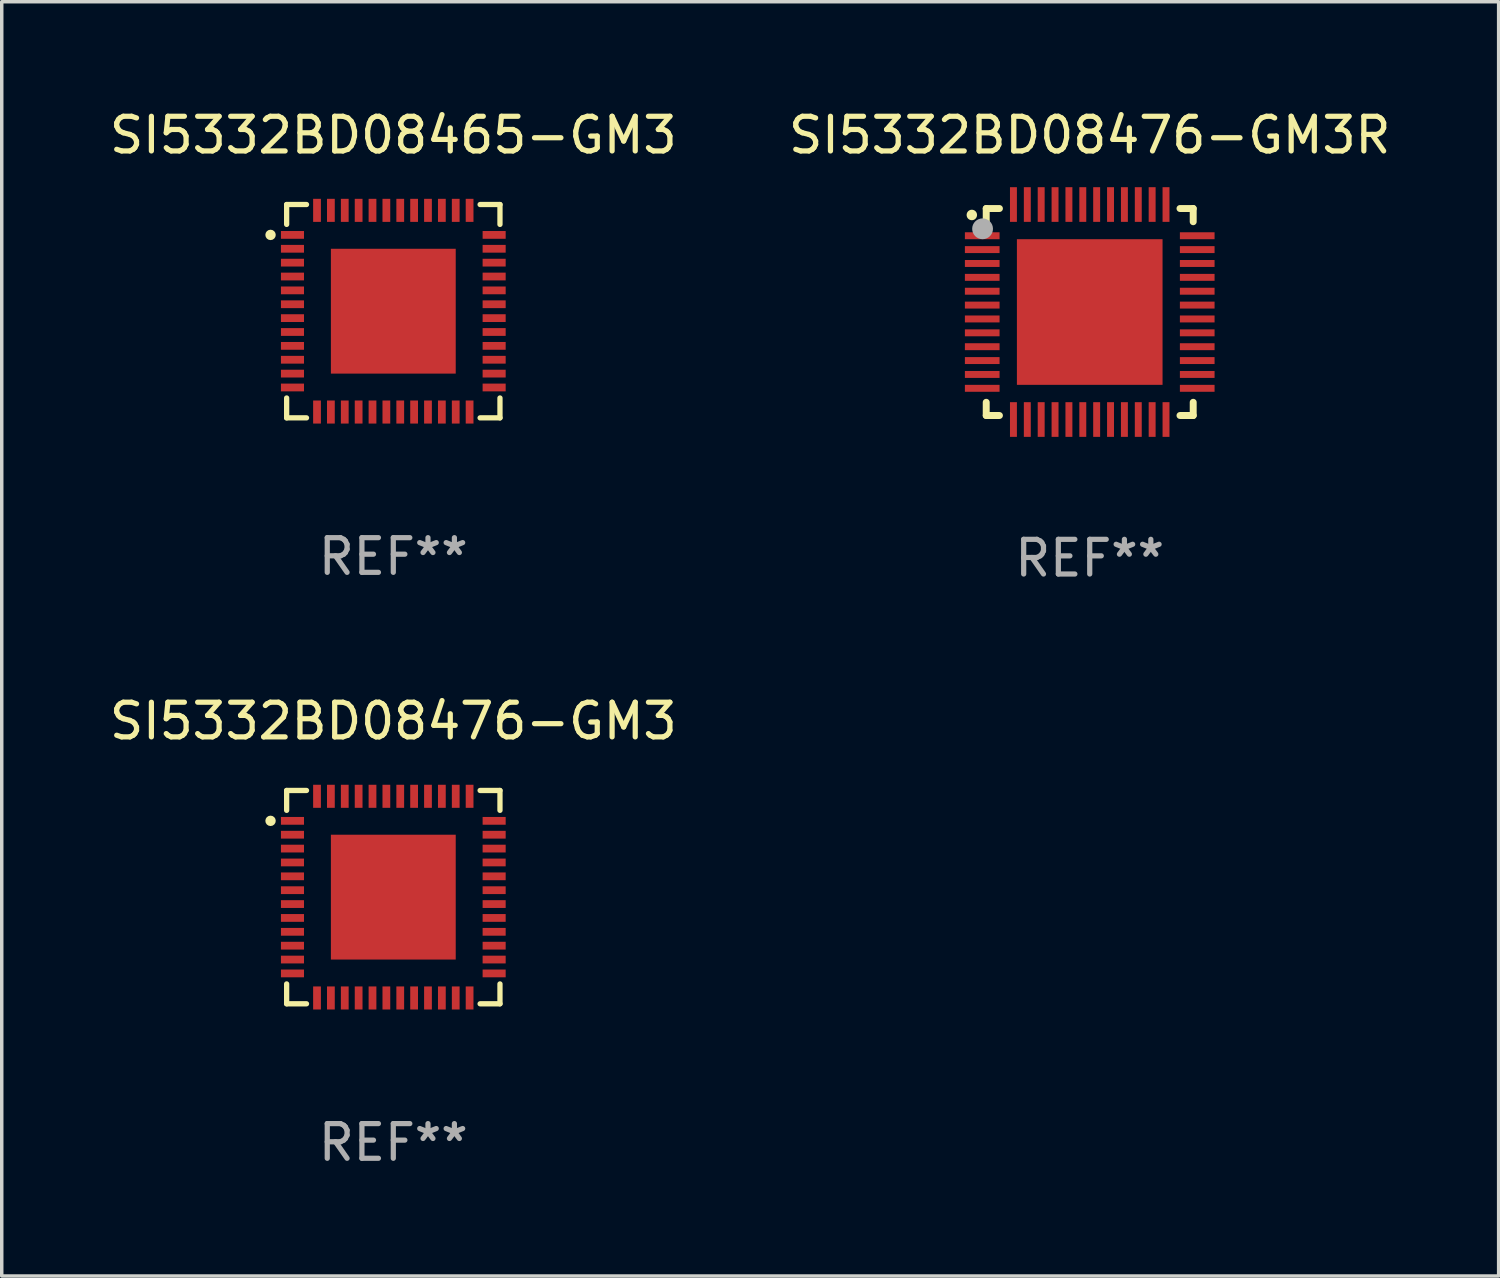
<source format=kicad_pcb>
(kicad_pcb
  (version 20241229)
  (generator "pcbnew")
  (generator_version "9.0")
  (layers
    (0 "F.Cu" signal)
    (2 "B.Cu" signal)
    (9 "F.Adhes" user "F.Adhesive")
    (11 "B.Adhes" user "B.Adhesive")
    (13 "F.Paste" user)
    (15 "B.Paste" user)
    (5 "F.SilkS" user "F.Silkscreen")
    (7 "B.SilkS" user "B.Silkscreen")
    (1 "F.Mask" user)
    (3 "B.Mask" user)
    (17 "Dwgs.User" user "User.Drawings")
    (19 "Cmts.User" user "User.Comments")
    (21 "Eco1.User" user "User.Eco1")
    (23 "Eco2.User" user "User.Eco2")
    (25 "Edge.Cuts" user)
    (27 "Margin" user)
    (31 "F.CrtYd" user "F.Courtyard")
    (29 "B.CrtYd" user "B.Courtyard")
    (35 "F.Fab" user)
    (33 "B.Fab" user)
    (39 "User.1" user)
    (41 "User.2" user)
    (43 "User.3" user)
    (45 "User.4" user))
  (footprint "SI5332BD08465-GM3"
    (layer "F.Cu")
    (at 8.292 5.924)
    (property "Reference" "SI5332BD08465-GM3" (at 0 -5.076 0) (layer "F.SilkS") (effects (font (size 1 1) (thickness 0.15))))
    (attr through_hole)
    (fp_line (start -3.076 -3.076) (end -3.076 -2.503) (stroke (width 0.152) (type solid)) (layer "F.SilkS"))
    (fp_line (start -3.076 3.076) (end -3.076 2.503) (stroke (width 0.152) (type solid)) (layer "F.SilkS"))
    (fp_line (start -2.503 -3.076) (end -3.076 -3.076) (stroke (width 0.152) (type solid)) (layer "F.SilkS"))
    (fp_line (start -2.503 3.076) (end -3.076 3.076) (stroke (width 0.152) (type solid)) (layer "F.SilkS"))
    (fp_line (start 2.503 -3.076) (end 3.076 -3.076) (stroke (width 0.152) (type solid)) (layer "F.SilkS"))
    (fp_line (start 2.503 3.076) (end 3.076 3.076) (stroke (width 0.152) (type solid)) (layer "F.SilkS"))
    (fp_line (start 3.076 -3.076) (end 3.076 -2.503) (stroke (width 0.152) (type solid)) (layer "F.SilkS"))
    (fp_line (start 3.076 3.076) (end 3.076 2.503) (stroke (width 0.152) (type solid)) (layer "F.SilkS"))
    (fp_circle (center -3.54 -2.2) (end -3.465 -2.2) (stroke (width 0.15) (type solid)) (fill no) (layer "F.SilkS"))
    (fp_text user "REF**" (at 0 7.076 0) (layer "F.Fab") (effects (font (size 1 1) (thickness 0.15))))
    (pad "1" smd rect (at -2.908 -2.2) (size 0.665 0.224) (layers "F.Cu" "F.Mask" "F.Paste"))
    (pad "2" smd rect (at -2.908 -1.8) (size 0.665 0.224) (layers "F.Cu" "F.Mask" "F.Paste"))
    (pad "3" smd rect (at -2.908 -1.4) (size 0.665 0.224) (layers "F.Cu" "F.Mask" "F.Paste"))
    (pad "4" smd rect (at -2.908 -1) (size 0.665 0.224) (layers "F.Cu" "F.Mask" "F.Paste"))
    (pad "5" smd rect (at -2.908 -0.6) (size 0.665 0.224) (layers "F.Cu" "F.Mask" "F.Paste"))
    (pad "6" smd rect (at -2.908 -0.2) (size 0.665 0.224) (layers "F.Cu" "F.Mask" "F.Paste"))
    (pad "7" smd rect (at -2.908 0.2) (size 0.665 0.224) (layers "F.Cu" "F.Mask" "F.Paste"))
    (pad "8" smd rect (at -2.908 0.6) (size 0.665 0.224) (layers "F.Cu" "F.Mask" "F.Paste"))
    (pad "9" smd rect (at -2.908 1) (size 0.665 0.224) (layers "F.Cu" "F.Mask" "F.Paste"))
    (pad "10" smd rect (at -2.908 1.4) (size 0.665 0.224) (layers "F.Cu" "F.Mask" "F.Paste"))
    (pad "11" smd rect (at -2.908 1.8) (size 0.665 0.224) (layers "F.Cu" "F.Mask" "F.Paste"))
    (pad "12" smd rect (at -2.908 2.2) (size 0.665 0.224) (layers "F.Cu" "F.Mask" "F.Paste"))
    (pad "13" smd rect (at -2.2 2.908) (size 0.224 0.665) (layers "F.Cu" "F.Mask" "F.Paste"))
    (pad "14" smd rect (at -1.8 2.908) (size 0.224 0.665) (layers "F.Cu" "F.Mask" "F.Paste"))
    (pad "15" smd rect (at -1.4 2.908) (size 0.224 0.665) (layers "F.Cu" "F.Mask" "F.Paste"))
    (pad "16" smd rect (at -1 2.908) (size 0.224 0.665) (layers "F.Cu" "F.Mask" "F.Paste"))
    (pad "17" smd rect (at -0.6 2.908) (size 0.224 0.665) (layers "F.Cu" "F.Mask" "F.Paste"))
    (pad "18" smd rect (at -0.2 2.908) (size 0.224 0.665) (layers "F.Cu" "F.Mask" "F.Paste"))
    (pad "19" smd rect (at 0.2 2.908) (size 0.224 0.665) (layers "F.Cu" "F.Mask" "F.Paste"))
    (pad "20" smd rect (at 0.6 2.908) (size 0.224 0.665) (layers "F.Cu" "F.Mask" "F.Paste"))
    (pad "21" smd rect (at 1 2.908) (size 0.224 0.665) (layers "F.Cu" "F.Mask" "F.Paste"))
    (pad "22" smd rect (at 1.4 2.908) (size 0.224 0.665) (layers "F.Cu" "F.Mask" "F.Paste"))
    (pad "23" smd rect (at 1.8 2.908) (size 0.224 0.665) (layers "F.Cu" "F.Mask" "F.Paste"))
    (pad "24" smd rect (at 2.2 2.908) (size 0.224 0.665) (layers "F.Cu" "F.Mask" "F.Paste"))
    (pad "25" smd rect (at 2.908 2.2) (size 0.665 0.224) (layers "F.Cu" "F.Mask" "F.Paste"))
    (pad "26" smd rect (at 2.908 1.8) (size 0.665 0.224) (layers "F.Cu" "F.Mask" "F.Paste"))
    (pad "27" smd rect (at 2.908 1.4) (size 0.665 0.224) (layers "F.Cu" "F.Mask" "F.Paste"))
    (pad "28" smd rect (at 2.908 1) (size 0.665 0.224) (layers "F.Cu" "F.Mask" "F.Paste"))
    (pad "29" smd rect (at 2.908 0.6) (size 0.665 0.224) (layers "F.Cu" "F.Mask" "F.Paste"))
    (pad "30" smd rect (at 2.908 0.2) (size 0.665 0.224) (layers "F.Cu" "F.Mask" "F.Paste"))
    (pad "31" smd rect (at 2.908 -0.2) (size 0.665 0.224) (layers "F.Cu" "F.Mask" "F.Paste"))
    (pad "32" smd rect (at 2.908 -0.6) (size 0.665 0.224) (layers "F.Cu" "F.Mask" "F.Paste"))
    (pad "33" smd rect (at 2.908 -1) (size 0.665 0.224) (layers "F.Cu" "F.Mask" "F.Paste"))
    (pad "34" smd rect (at 2.908 -1.4) (size 0.665 0.224) (layers "F.Cu" "F.Mask" "F.Paste"))
    (pad "35" smd rect (at 2.908 -1.8) (size 0.665 0.224) (layers "F.Cu" "F.Mask" "F.Paste"))
    (pad "36" smd rect (at 2.908 -2.2) (size 0.665 0.224) (layers "F.Cu" "F.Mask" "F.Paste"))
    (pad "37" smd rect (at 2.2 -2.908) (size 0.224 0.665) (layers "F.Cu" "F.Mask" "F.Paste"))
    (pad "38" smd rect (at 1.8 -2.908) (size 0.224 0.665) (layers "F.Cu" "F.Mask" "F.Paste"))
    (pad "39" smd rect (at 1.4 -2.908) (size 0.224 0.665) (layers "F.Cu" "F.Mask" "F.Paste"))
    (pad "40" smd rect (at 1 -2.908) (size 0.224 0.665) (layers "F.Cu" "F.Mask" "F.Paste"))
    (pad "41" smd rect (at 0.6 -2.908) (size 0.224 0.665) (layers "F.Cu" "F.Mask" "F.Paste"))
    (pad "42" smd rect (at 0.2 -2.908) (size 0.224 0.665) (layers "F.Cu" "F.Mask" "F.Paste"))
    (pad "43" smd rect (at -0.2 -2.908) (size 0.224 0.665) (layers "F.Cu" "F.Mask" "F.Paste"))
    (pad "44" smd rect (at -0.6 -2.908) (size 0.224 0.665) (layers "F.Cu" "F.Mask" "F.Paste"))
    (pad "45" smd rect (at -1 -2.908) (size 0.224 0.665) (layers "F.Cu" "F.Mask" "F.Paste"))
    (pad "46" smd rect (at -1.4 -2.908) (size 0.224 0.665) (layers "F.Cu" "F.Mask" "F.Paste"))
    (pad "47" smd rect (at -1.8 -2.908) (size 0.224 0.665) (layers "F.Cu" "F.Mask" "F.Paste"))
    (pad "48" smd rect (at -2.2 -2.908) (size 0.224 0.665) (layers "F.Cu" "F.Mask" "F.Paste"))
    (pad "49" smd rect (at 0 0) (size 3.6 3.6) (layers "F.Cu" "F.Mask" "F.Paste")))
  (footprint "SI5332BD08476-GM3R"
    (layer "F.Cu")
    (at 28.375 5.948)
    (property "Reference" "SI5332BD08476-GM3R" (at 0 -5.1 0) (layer "F.SilkS") (effects (font (size 1 1) (thickness 0.15))))
    (attr through_hole)
    (fp_line (start -2.985 -2.985) (end -2.604 -2.985) (stroke (width 0.2) (type solid)) (layer "F.SilkS"))
    (fp_line (start -2.985 -2.604) (end -2.985 -2.985) (stroke (width 0.2) (type solid)) (layer "F.SilkS"))
    (fp_line (start -2.985 2.984) (end -2.985 2.603) (stroke (width 0.2) (type solid)) (layer "F.SilkS"))
    (fp_line (start -2.604 2.984) (end -2.985 2.984) (stroke (width 0.2) (type solid)) (layer "F.SilkS"))
    (fp_line (start 2.603 -2.985) (end 2.984 -2.985) (stroke (width 0.2) (type solid)) (layer "F.SilkS"))
    (fp_line (start 2.984 -2.985) (end 2.984 -2.604) (stroke (width 0.2) (type solid)) (layer "F.SilkS"))
    (fp_line (start 2.984 2.603) (end 2.984 2.984) (stroke (width 0.2) (type solid)) (layer "F.SilkS"))
    (fp_line (start 2.984 2.984) (end 2.603 2.984) (stroke (width 0.2) (type solid)) (layer "F.SilkS"))
    (fp_arc (start -3.400076 -2.797562) (mid -3.400081 -2.798806) (end -3.400076 -2.800051) (stroke (width 0.3) (type solid)) (layer "F.SilkS"))
    (fp_circle (center -3 -3) (end -2.97 -3) (stroke (width 0.06) (type solid)) (fill no) (layer "F.SilkS"))
    (fp_circle (center -3.09 -2.4) (end -2.94 -2.4) (stroke (width 0.3) (type solid)) (fill no) (layer "F.Fab"))
    (fp_text user "REF**" (at 0 7.1 0) (layer "F.Fab") (effects (font (size 1 1) (thickness 0.15))))
    (pad "1" smd rect (at -3.1 -2.2) (size 1 0.2) (layers "F.Cu" "F.Mask" "F.Paste"))
    (pad "2" smd rect (at -3.1 -1.8) (size 1 0.2) (layers "F.Cu" "F.Mask" "F.Paste"))
    (pad "3" smd rect (at -3.1 -1.4) (size 1 0.2) (layers "F.Cu" "F.Mask" "F.Paste"))
    (pad "4" smd rect (at -3.1 -1) (size 1 0.2) (layers "F.Cu" "F.Mask" "F.Paste"))
    (pad "5" smd rect (at -3.1 -0.6) (size 1 0.2) (layers "F.Cu" "F.Mask" "F.Paste"))
    (pad "6" smd rect (at -3.1 -0.2) (size 1 0.2) (layers "F.Cu" "F.Mask" "F.Paste"))
    (pad "7" smd rect (at -3.1 0.2) (size 1 0.2) (layers "F.Cu" "F.Mask" "F.Paste"))
    (pad "8" smd rect (at -3.1 0.6) (size 1 0.2) (layers "F.Cu" "F.Mask" "F.Paste"))
    (pad "9" smd rect (at -3.1 1) (size 1 0.2) (layers "F.Cu" "F.Mask" "F.Paste"))
    (pad "10" smd rect (at -3.1 1.4) (size 1 0.2) (layers "F.Cu" "F.Mask" "F.Paste"))
    (pad "11" smd rect (at -3.1 1.8) (size 1 0.2) (layers "F.Cu" "F.Mask" "F.Paste"))
    (pad "12" smd rect (at -3.1 2.2) (size 1 0.2) (layers "F.Cu" "F.Mask" "F.Paste"))
    (pad "13" smd rect (at -2.2 3.1) (size 0.2 1) (layers "F.Cu" "F.Mask" "F.Paste"))
    (pad "14" smd rect (at -1.8 3.1) (size 0.2 1) (layers "F.Cu" "F.Mask" "F.Paste"))
    (pad "15" smd rect (at -1.4 3.1) (size 0.2 1) (layers "F.Cu" "F.Mask" "F.Paste"))
    (pad "16" smd rect (at -1 3.1) (size 0.2 1) (layers "F.Cu" "F.Mask" "F.Paste"))
    (pad "17" smd rect (at -0.6 3.1) (size 0.2 1) (layers "F.Cu" "F.Mask" "F.Paste"))
    (pad "18" smd rect (at -0.2 3.1) (size 0.2 1) (layers "F.Cu" "F.Mask" "F.Paste"))
    (pad "19" smd rect (at 0.2 3.1) (size 0.2 1) (layers "F.Cu" "F.Mask" "F.Paste"))
    (pad "20" smd rect (at 0.6 3.1) (size 0.2 1) (layers "F.Cu" "F.Mask" "F.Paste"))
    (pad "21" smd rect (at 1 3.1) (size 0.2 1) (layers "F.Cu" "F.Mask" "F.Paste"))
    (pad "22" smd rect (at 1.4 3.1) (size 0.2 1) (layers "F.Cu" "F.Mask" "F.Paste"))
    (pad "23" smd rect (at 1.8 3.1) (size 0.2 1) (layers "F.Cu" "F.Mask" "F.Paste"))
    (pad "24" smd rect (at 2.2 3.1) (size 0.2 1) (layers "F.Cu" "F.Mask" "F.Paste"))
    (pad "25" smd rect (at 3.1 2.2) (size 1 0.2) (layers "F.Cu" "F.Mask" "F.Paste"))
    (pad "26" smd rect (at 3.1 1.8) (size 1 0.2) (layers "F.Cu" "F.Mask" "F.Paste"))
    (pad "27" smd rect (at 3.1 1.4) (size 1 0.2) (layers "F.Cu" "F.Mask" "F.Paste"))
    (pad "28" smd rect (at 3.1 1) (size 1 0.2) (layers "F.Cu" "F.Mask" "F.Paste"))
    (pad "29" smd rect (at 3.1 0.6) (size 1 0.2) (layers "F.Cu" "F.Mask" "F.Paste"))
    (pad "30" smd rect (at 3.1 0.2) (size 1 0.2) (layers "F.Cu" "F.Mask" "F.Paste"))
    (pad "31" smd rect (at 3.1 -0.2) (size 1 0.2) (layers "F.Cu" "F.Mask" "F.Paste"))
    (pad "32" smd rect (at 3.1 -0.6) (size 1 0.2) (layers "F.Cu" "F.Mask" "F.Paste"))
    (pad "33" smd rect (at 3.1 -1) (size 1 0.2) (layers "F.Cu" "F.Mask" "F.Paste"))
    (pad "34" smd rect (at 3.1 -1.4) (size 1 0.2) (layers "F.Cu" "F.Mask" "F.Paste"))
    (pad "35" smd rect (at 3.1 -1.8) (size 1 0.2) (layers "F.Cu" "F.Mask" "F.Paste"))
    (pad "36" smd rect (at 3.1 -2.2) (size 1 0.2) (layers "F.Cu" "F.Mask" "F.Paste"))
    (pad "37" smd rect (at 2.2 -3.1) (size 0.2 1) (layers "F.Cu" "F.Mask" "F.Paste"))
    (pad "38" smd rect (at 1.8 -3.1) (size 0.2 1) (layers "F.Cu" "F.Mask" "F.Paste"))
    (pad "39" smd rect (at 1.4 -3.1) (size 0.2 1) (layers "F.Cu" "F.Mask" "F.Paste"))
    (pad "40" smd rect (at 1 -3.1) (size 0.2 1) (layers "F.Cu" "F.Mask" "F.Paste"))
    (pad "41" smd rect (at 0.6 -3.1) (size 0.2 1) (layers "F.Cu" "F.Mask" "F.Paste"))
    (pad "42" smd rect (at 0.2 -3.1) (size 0.2 1) (layers "F.Cu" "F.Mask" "F.Paste"))
    (pad "43" smd rect (at -0.2 -3.1) (size 0.2 1) (layers "F.Cu" "F.Mask" "F.Paste"))
    (pad "44" smd rect (at -0.6 -3.1) (size 0.2 1) (layers "F.Cu" "F.Mask" "F.Paste"))
    (pad "45" smd rect (at -1 -3.1) (size 0.2 1) (layers "F.Cu" "F.Mask" "F.Paste"))
    (pad "46" smd rect (at -1.4 -3.1) (size 0.2 1) (layers "F.Cu" "F.Mask" "F.Paste"))
    (pad "47" smd rect (at -1.8 -3.1) (size 0.2 1) (layers "F.Cu" "F.Mask" "F.Paste"))
    (pad "48" smd rect (at -2.2 -3.1) (size 0.2 1) (layers "F.Cu" "F.Mask" "F.Paste"))
    (pad "49" smd rect (at -0.000127 0) (size 4.2 4.2) (layers "F.Cu" "F.Mask" "F.Paste")))
  (footprint "SI5332BD08476-GM3"
    (layer "F.Cu")
    (at 8.292 22.821)
    (property "Reference" "SI5332BD08476-GM3" (at 0 -5.076 0) (layer "F.SilkS") (effects (font (size 1 1) (thickness 0.15))))
    (attr through_hole)
    (fp_line (start -3.076 -3.076) (end -3.076 -2.503) (stroke (width 0.152) (type solid)) (layer "F.SilkS"))
    (fp_line (start -3.076 3.076) (end -3.076 2.503) (stroke (width 0.152) (type solid)) (layer "F.SilkS"))
    (fp_line (start -2.503 -3.076) (end -3.076 -3.076) (stroke (width 0.152) (type solid)) (layer "F.SilkS"))
    (fp_line (start -2.503 3.076) (end -3.076 3.076) (stroke (width 0.152) (type solid)) (layer "F.SilkS"))
    (fp_line (start 2.503 -3.076) (end 3.076 -3.076) (stroke (width 0.152) (type solid)) (layer "F.SilkS"))
    (fp_line (start 2.503 3.076) (end 3.076 3.076) (stroke (width 0.152) (type solid)) (layer "F.SilkS"))
    (fp_line (start 3.076 -3.076) (end 3.076 -2.503) (stroke (width 0.152) (type solid)) (layer "F.SilkS"))
    (fp_line (start 3.076 3.076) (end 3.076 2.503) (stroke (width 0.152) (type solid)) (layer "F.SilkS"))
    (fp_circle (center -3.54 -2.2) (end -3.465 -2.2) (stroke (width 0.15) (type solid)) (fill no) (layer "F.SilkS"))
    (fp_text user "REF**" (at 0 7.076 0) (layer "F.Fab") (effects (font (size 1 1) (thickness 0.15))))
    (pad "1" smd rect (at -2.908 -2.2) (size 0.665 0.224) (layers "F.Cu" "F.Mask" "F.Paste"))
    (pad "2" smd rect (at -2.908 -1.8) (size 0.665 0.224) (layers "F.Cu" "F.Mask" "F.Paste"))
    (pad "3" smd rect (at -2.908 -1.4) (size 0.665 0.224) (layers "F.Cu" "F.Mask" "F.Paste"))
    (pad "4" smd rect (at -2.908 -1) (size 0.665 0.224) (layers "F.Cu" "F.Mask" "F.Paste"))
    (pad "5" smd rect (at -2.908 -0.6) (size 0.665 0.224) (layers "F.Cu" "F.Mask" "F.Paste"))
    (pad "6" smd rect (at -2.908 -0.2) (size 0.665 0.224) (layers "F.Cu" "F.Mask" "F.Paste"))
    (pad "7" smd rect (at -2.908 0.2) (size 0.665 0.224) (layers "F.Cu" "F.Mask" "F.Paste"))
    (pad "8" smd rect (at -2.908 0.6) (size 0.665 0.224) (layers "F.Cu" "F.Mask" "F.Paste"))
    (pad "9" smd rect (at -2.908 1) (size 0.665 0.224) (layers "F.Cu" "F.Mask" "F.Paste"))
    (pad "10" smd rect (at -2.908 1.4) (size 0.665 0.224) (layers "F.Cu" "F.Mask" "F.Paste"))
    (pad "11" smd rect (at -2.908 1.8) (size 0.665 0.224) (layers "F.Cu" "F.Mask" "F.Paste"))
    (pad "12" smd rect (at -2.908 2.2) (size 0.665 0.224) (layers "F.Cu" "F.Mask" "F.Paste"))
    (pad "13" smd rect (at -2.2 2.908) (size 0.224 0.665) (layers "F.Cu" "F.Mask" "F.Paste"))
    (pad "14" smd rect (at -1.8 2.908) (size 0.224 0.665) (layers "F.Cu" "F.Mask" "F.Paste"))
    (pad "15" smd rect (at -1.4 2.908) (size 0.224 0.665) (layers "F.Cu" "F.Mask" "F.Paste"))
    (pad "16" smd rect (at -1 2.908) (size 0.224 0.665) (layers "F.Cu" "F.Mask" "F.Paste"))
    (pad "17" smd rect (at -0.6 2.908) (size 0.224 0.665) (layers "F.Cu" "F.Mask" "F.Paste"))
    (pad "18" smd rect (at -0.2 2.908) (size 0.224 0.665) (layers "F.Cu" "F.Mask" "F.Paste"))
    (pad "19" smd rect (at 0.2 2.908) (size 0.224 0.665) (layers "F.Cu" "F.Mask" "F.Paste"))
    (pad "20" smd rect (at 0.6 2.908) (size 0.224 0.665) (layers "F.Cu" "F.Mask" "F.Paste"))
    (pad "21" smd rect (at 1 2.908) (size 0.224 0.665) (layers "F.Cu" "F.Mask" "F.Paste"))
    (pad "22" smd rect (at 1.4 2.908) (size 0.224 0.665) (layers "F.Cu" "F.Mask" "F.Paste"))
    (pad "23" smd rect (at 1.8 2.908) (size 0.224 0.665) (layers "F.Cu" "F.Mask" "F.Paste"))
    (pad "24" smd rect (at 2.2 2.908) (size 0.224 0.665) (layers "F.Cu" "F.Mask" "F.Paste"))
    (pad "25" smd rect (at 2.908 2.2) (size 0.665 0.224) (layers "F.Cu" "F.Mask" "F.Paste"))
    (pad "26" smd rect (at 2.908 1.8) (size 0.665 0.224) (layers "F.Cu" "F.Mask" "F.Paste"))
    (pad "27" smd rect (at 2.908 1.4) (size 0.665 0.224) (layers "F.Cu" "F.Mask" "F.Paste"))
    (pad "28" smd rect (at 2.908 1) (size 0.665 0.224) (layers "F.Cu" "F.Mask" "F.Paste"))
    (pad "29" smd rect (at 2.908 0.6) (size 0.665 0.224) (layers "F.Cu" "F.Mask" "F.Paste"))
    (pad "30" smd rect (at 2.908 0.2) (size 0.665 0.224) (layers "F.Cu" "F.Mask" "F.Paste"))
    (pad "31" smd rect (at 2.908 -0.2) (size 0.665 0.224) (layers "F.Cu" "F.Mask" "F.Paste"))
    (pad "32" smd rect (at 2.908 -0.6) (size 0.665 0.224) (layers "F.Cu" "F.Mask" "F.Paste"))
    (pad "33" smd rect (at 2.908 -1) (size 0.665 0.224) (layers "F.Cu" "F.Mask" "F.Paste"))
    (pad "34" smd rect (at 2.908 -1.4) (size 0.665 0.224) (layers "F.Cu" "F.Mask" "F.Paste"))
    (pad "35" smd rect (at 2.908 -1.8) (size 0.665 0.224) (layers "F.Cu" "F.Mask" "F.Paste"))
    (pad "36" smd rect (at 2.908 -2.2) (size 0.665 0.224) (layers "F.Cu" "F.Mask" "F.Paste"))
    (pad "37" smd rect (at 2.2 -2.908) (size 0.224 0.665) (layers "F.Cu" "F.Mask" "F.Paste"))
    (pad "38" smd rect (at 1.8 -2.908) (size 0.224 0.665) (layers "F.Cu" "F.Mask" "F.Paste"))
    (pad "39" smd rect (at 1.4 -2.908) (size 0.224 0.665) (layers "F.Cu" "F.Mask" "F.Paste"))
    (pad "40" smd rect (at 1 -2.908) (size 0.224 0.665) (layers "F.Cu" "F.Mask" "F.Paste"))
    (pad "41" smd rect (at 0.6 -2.908) (size 0.224 0.665) (layers "F.Cu" "F.Mask" "F.Paste"))
    (pad "42" smd rect (at 0.2 -2.908) (size 0.224 0.665) (layers "F.Cu" "F.Mask" "F.Paste"))
    (pad "43" smd rect (at -0.2 -2.908) (size 0.224 0.665) (layers "F.Cu" "F.Mask" "F.Paste"))
    (pad "44" smd rect (at -0.6 -2.908) (size 0.224 0.665) (layers "F.Cu" "F.Mask" "F.Paste"))
    (pad "45" smd rect (at -1 -2.908) (size 0.224 0.665) (layers "F.Cu" "F.Mask" "F.Paste"))
    (pad "46" smd rect (at -1.4 -2.908) (size 0.224 0.665) (layers "F.Cu" "F.Mask" "F.Paste"))
    (pad "47" smd rect (at -1.8 -2.908) (size 0.224 0.665) (layers "F.Cu" "F.Mask" "F.Paste"))
    (pad "48" smd rect (at -2.2 -2.908) (size 0.224 0.665) (layers "F.Cu" "F.Mask" "F.Paste"))
    (pad "49" smd rect (at 0 0) (size 3.6 3.6) (layers "F.Cu" "F.Mask" "F.Paste")))
  (gr_rect
    (start -3 -3)
    (end 40.167 33.746)
    (stroke (width 0.1) (type default))
    (fill no)
    (layer "Edge.Cuts")))
</source>
